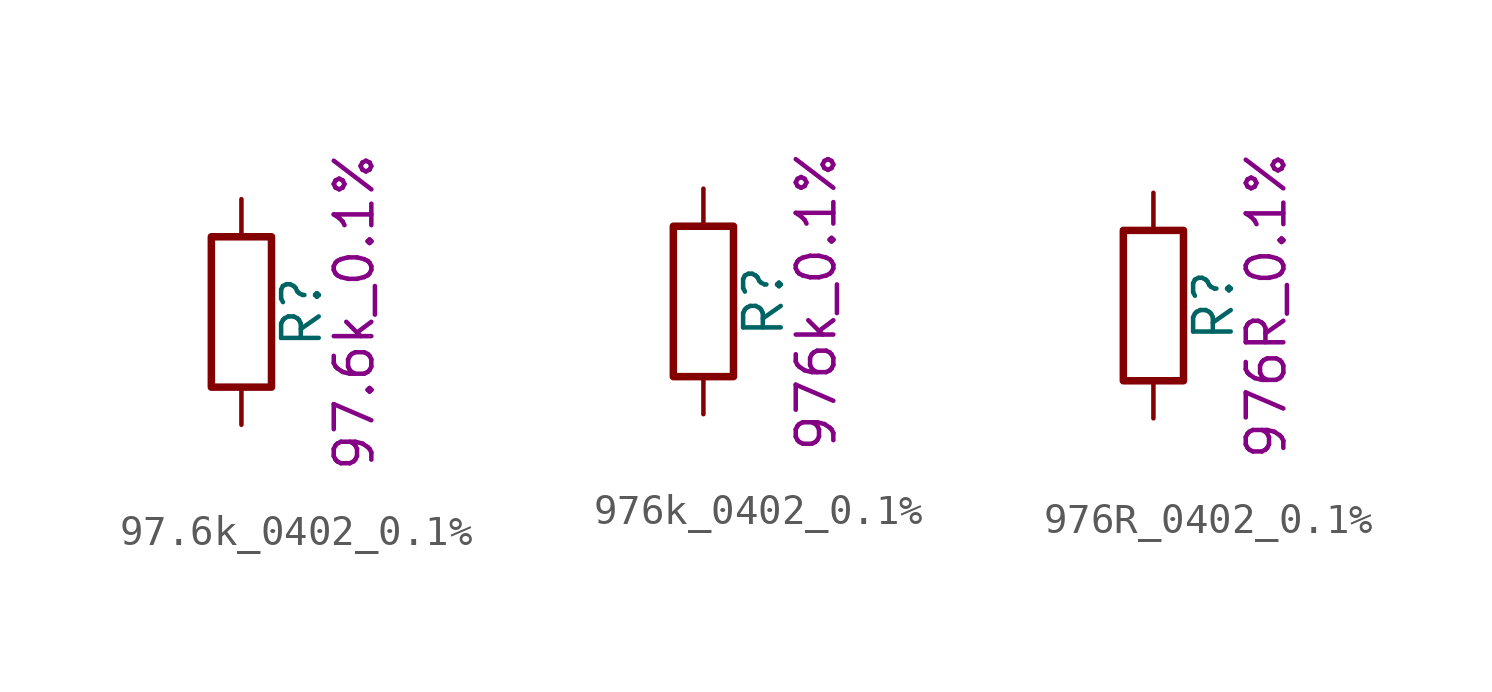
<source format=kicad_sym>
(kicad_symbol_lib
  (version 20211014)
  (generator kicad_symbol_editor)
  (symbol "97.6k_0402_0.1%"
    (pin_numbers hide)
    (pin_names
      (offset 0))
    (property "Reference" "R"
      (at 2.032 0 90)
      (effects (font (size 1.27 1.27))))
    (property "Display" "97.6k_0.1%"
      (at 3.81 0 90)
      (effects (font (size 1.27 1.27))))
    (symbol "97.6k_0402_0.1%_0_1"
      (rectangle (start -1.016 -2.54) (end 1.016 2.54) (stroke (width 0.254) (type default) (color 0 0 0 0)) (fill (type none))))
    (symbol "97.6k_0402_0.1%_1_1"
      (pin passive line (at 0 3.81 270) (length 1.27) (name "~" (effects (font (size 1.27 1.27)))) (number "1" (effects (font (size 1.27 1.27)))))
      (pin passive line (at 0 -3.81 90) (length 1.27) (name "~" (effects (font (size 1.27 1.27)))) (number "2" (effects (font (size 1.27 1.27)))))))
  (symbol "976k_0402_0.1%"
    (pin_numbers hide)
    (pin_names
      (offset 0))
    (property "Reference" "R"
      (at 2.032 0 90)
      (effects (font (size 1.27 1.27))))
    (property "Display" "976k_0.1%"
      (at 3.81 0 90)
      (effects (font (size 1.27 1.27))))
    (symbol "976k_0402_0.1%_0_1"
      (rectangle (start -1.016 -2.54) (end 1.016 2.54) (stroke (width 0.254) (type default) (color 0 0 0 0)) (fill (type none))))
    (symbol "976k_0402_0.1%_1_1"
      (pin passive line (at 0 3.81 270) (length 1.27) (name "~" (effects (font (size 1.27 1.27)))) (number "1" (effects (font (size 1.27 1.27)))))
      (pin passive line (at 0 -3.81 90) (length 1.27) (name "~" (effects (font (size 1.27 1.27)))) (number "2" (effects (font (size 1.27 1.27)))))))
  (symbol "976R_0402_0.1%"
    (pin_numbers hide)
    (pin_names
      (offset 0))
    (property "Reference" "R"
      (at 2.032 0 90)
      (effects (font (size 1.27 1.27))))
    (property "Display" "976R_0.1%"
      (at 3.81 0 90)
      (effects (font (size 1.27 1.27))))
    (symbol "976R_0402_0.1%_0_1"
      (rectangle (start -1.016 -2.54) (end 1.016 2.54) (stroke (width 0.254) (type default) (color 0 0 0 0)) (fill (type none))))
    (symbol "976R_0402_0.1%_1_1"
      (pin passive line (at 0 3.81 270) (length 1.27) (name "~" (effects (font (size 1.27 1.27)))) (number "1" (effects (font (size 1.27 1.27)))))
      (pin passive line (at 0 -3.81 90) (length 1.27) (name "~" (effects (font (size 1.27 1.27)))) (number "2" (effects (font (size 1.27 1.27))))))))
</source>
